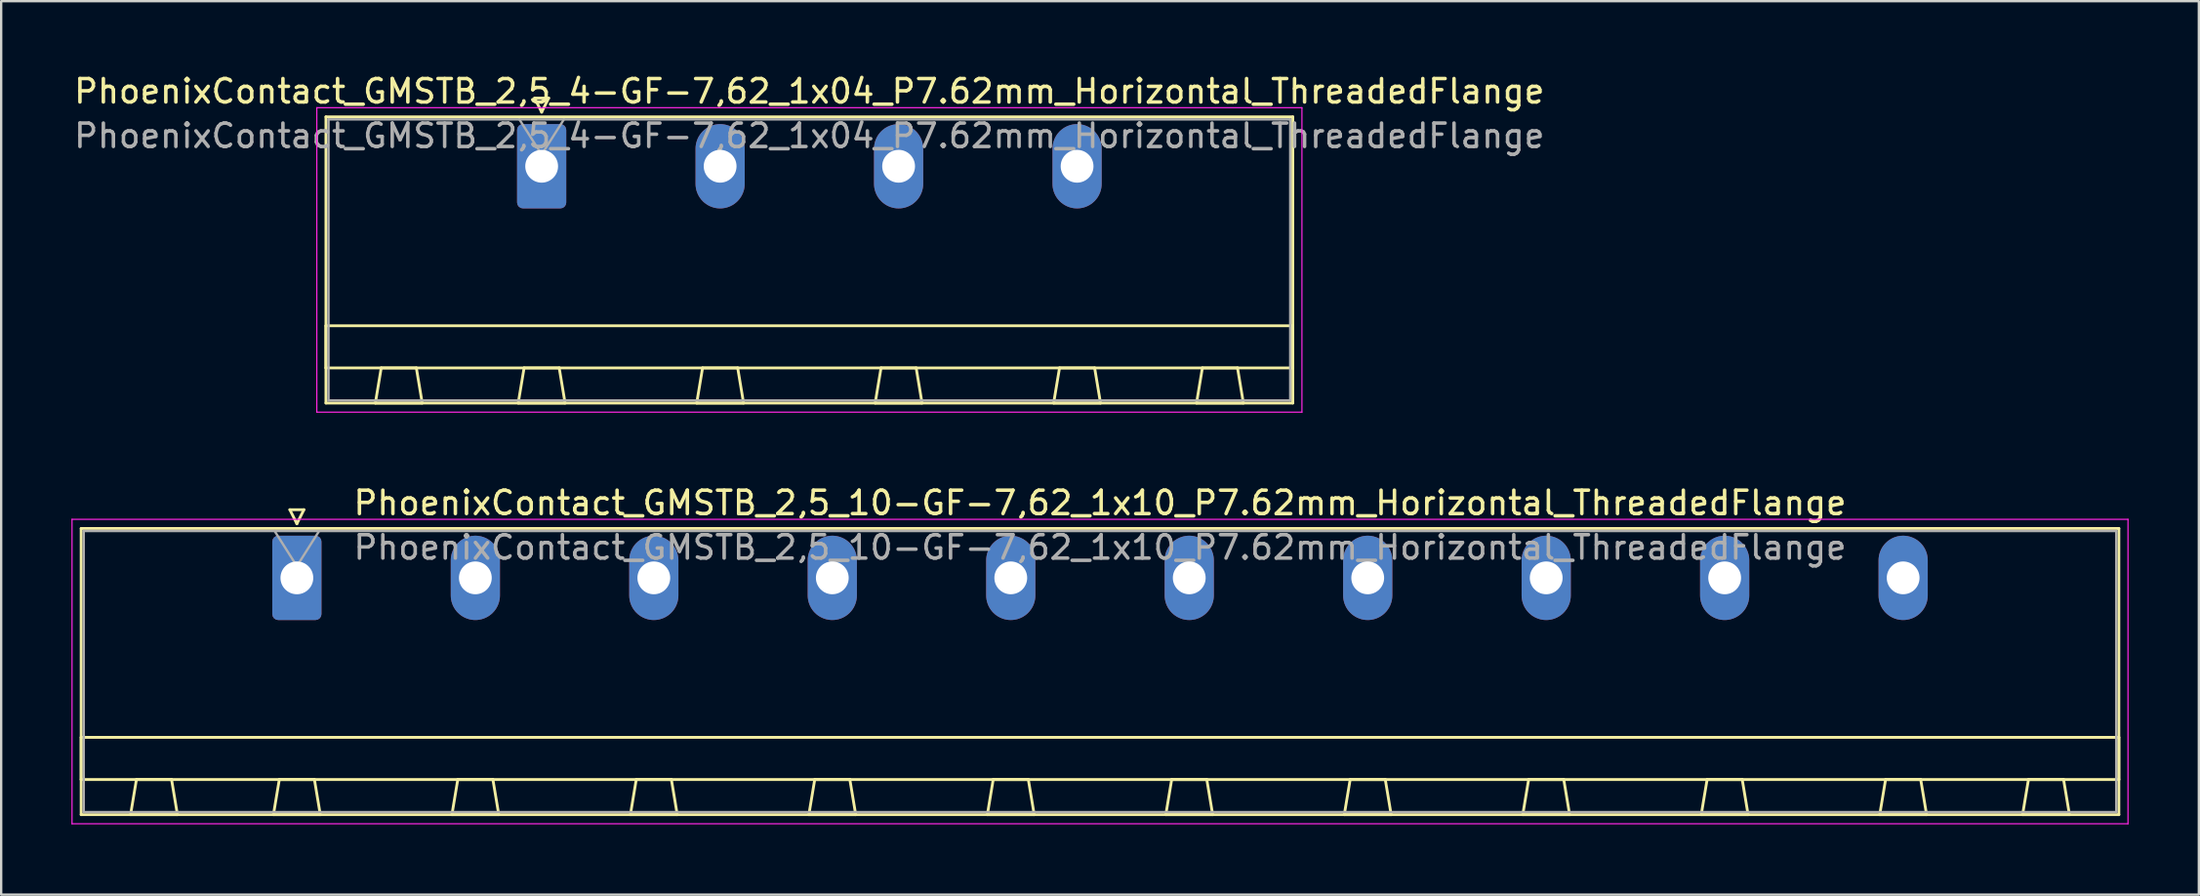
<source format=kicad_pcb>
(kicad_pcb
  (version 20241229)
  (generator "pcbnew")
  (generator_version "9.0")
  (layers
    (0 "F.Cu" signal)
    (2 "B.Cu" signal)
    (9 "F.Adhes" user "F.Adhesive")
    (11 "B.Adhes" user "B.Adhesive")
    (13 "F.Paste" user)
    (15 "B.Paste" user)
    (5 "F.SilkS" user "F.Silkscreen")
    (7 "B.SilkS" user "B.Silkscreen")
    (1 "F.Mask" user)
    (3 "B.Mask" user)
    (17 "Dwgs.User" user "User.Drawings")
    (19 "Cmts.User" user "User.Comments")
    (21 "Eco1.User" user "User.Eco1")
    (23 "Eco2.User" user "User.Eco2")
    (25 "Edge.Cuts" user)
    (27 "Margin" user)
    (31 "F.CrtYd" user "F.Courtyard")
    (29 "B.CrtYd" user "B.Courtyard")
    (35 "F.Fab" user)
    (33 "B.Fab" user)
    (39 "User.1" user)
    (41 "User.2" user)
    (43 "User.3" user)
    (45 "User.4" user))
  (footprint "PhoenixContact_GMSTB_2,5_10-GF-7,62_1x10_P7.62mm_Horizontal_ThreadedFlange"
    (layer "F.Cu")
    (at 9.625 21.622)
    (property "Reference" "PhoenixContact_GMSTB_2,5_10-GF-7,62_1x10_P7.62mm_Horizontal_ThreadedFlange" (at 34.29 -3.2 0) (layer "F.SilkS") (effects (font (size 1 1) (thickness 0.15))))
    (attr through_hole)
    (fp_line (start -9.21 -2.11) (end -9.21 10.11) (stroke (width 0.12) (type solid)) (layer "F.SilkS"))
    (fp_line (start -9.21 6.81) (end 77.79 6.81) (stroke (width 0.12) (type solid)) (layer "F.SilkS"))
    (fp_line (start -9.21 8.61) (end -9.21 6.81) (stroke (width 0.12) (type solid)) (layer "F.SilkS"))
    (fp_line (start -9.21 10.11) (end 77.79 10.11) (stroke (width 0.12) (type solid)) (layer "F.SilkS"))
    (fp_line (start -7.1 10.11) (end -5.1 10.11) (stroke (width 0.12) (type solid)) (layer "F.SilkS"))
    (fp_line (start -6.85 8.61) (end -7.1 10.11) (stroke (width 0.12) (type solid)) (layer "F.SilkS"))
    (fp_line (start -5.35 8.61) (end -6.85 8.61) (stroke (width 0.12) (type solid)) (layer "F.SilkS"))
    (fp_line (start -5.1 10.11) (end -5.35 8.61) (stroke (width 0.12) (type solid)) (layer "F.SilkS"))
    (fp_line (start -1 10.11) (end 1 10.11) (stroke (width 0.12) (type solid)) (layer "F.SilkS"))
    (fp_line (start -0.75 8.61) (end -1 10.11) (stroke (width 0.12) (type solid)) (layer "F.SilkS"))
    (fp_line (start -0.3 -2.91) (end 0.3 -2.91) (stroke (width 0.12) (type solid)) (layer "F.SilkS"))
    (fp_line (start 0 -2.31) (end -0.3 -2.91) (stroke (width 0.12) (type solid)) (layer "F.SilkS"))
    (fp_line (start 0.3 -2.91) (end 0 -2.31) (stroke (width 0.12) (type solid)) (layer "F.SilkS"))
    (fp_line (start 0.75 8.61) (end -0.75 8.61) (stroke (width 0.12) (type solid)) (layer "F.SilkS"))
    (fp_line (start 1 10.11) (end 0.75 8.61) (stroke (width 0.12) (type solid)) (layer "F.SilkS"))
    (fp_line (start 6.62 10.11) (end 8.62 10.11) (stroke (width 0.12) (type solid)) (layer "F.SilkS"))
    (fp_line (start 6.87 8.61) (end 6.62 10.11) (stroke (width 0.12) (type solid)) (layer "F.SilkS"))
    (fp_line (start 8.37 8.61) (end 6.87 8.61) (stroke (width 0.12) (type solid)) (layer "F.SilkS"))
    (fp_line (start 8.62 10.11) (end 8.37 8.61) (stroke (width 0.12) (type solid)) (layer "F.SilkS"))
    (fp_line (start 14.24 10.11) (end 16.24 10.11) (stroke (width 0.12) (type solid)) (layer "F.SilkS"))
    (fp_line (start 14.49 8.61) (end 14.24 10.11) (stroke (width 0.12) (type solid)) (layer "F.SilkS"))
    (fp_line (start 15.99 8.61) (end 14.49 8.61) (stroke (width 0.12) (type solid)) (layer "F.SilkS"))
    (fp_line (start 16.24 10.11) (end 15.99 8.61) (stroke (width 0.12) (type solid)) (layer "F.SilkS"))
    (fp_line (start 21.86 10.11) (end 23.86 10.11) (stroke (width 0.12) (type solid)) (layer "F.SilkS"))
    (fp_line (start 22.11 8.61) (end 21.86 10.11) (stroke (width 0.12) (type solid)) (layer "F.SilkS"))
    (fp_line (start 23.61 8.61) (end 22.11 8.61) (stroke (width 0.12) (type solid)) (layer "F.SilkS"))
    (fp_line (start 23.86 10.11) (end 23.61 8.61) (stroke (width 0.12) (type solid)) (layer "F.SilkS"))
    (fp_line (start 29.48 10.11) (end 31.48 10.11) (stroke (width 0.12) (type solid)) (layer "F.SilkS"))
    (fp_line (start 29.73 8.61) (end 29.48 10.11) (stroke (width 0.12) (type solid)) (layer "F.SilkS"))
    (fp_line (start 31.23 8.61) (end 29.73 8.61) (stroke (width 0.12) (type solid)) (layer "F.SilkS"))
    (fp_line (start 31.48 10.11) (end 31.23 8.61) (stroke (width 0.12) (type solid)) (layer "F.SilkS"))
    (fp_line (start 37.1 10.11) (end 39.1 10.11) (stroke (width 0.12) (type solid)) (layer "F.SilkS"))
    (fp_line (start 37.35 8.61) (end 37.1 10.11) (stroke (width 0.12) (type solid)) (layer "F.SilkS"))
    (fp_line (start 38.85 8.61) (end 37.35 8.61) (stroke (width 0.12) (type solid)) (layer "F.SilkS"))
    (fp_line (start 39.1 10.11) (end 38.85 8.61) (stroke (width 0.12) (type solid)) (layer "F.SilkS"))
    (fp_line (start 44.72 10.11) (end 46.72 10.11) (stroke (width 0.12) (type solid)) (layer "F.SilkS"))
    (fp_line (start 44.97 8.61) (end 44.72 10.11) (stroke (width 0.12) (type solid)) (layer "F.SilkS"))
    (fp_line (start 46.47 8.61) (end 44.97 8.61) (stroke (width 0.12) (type solid)) (layer "F.SilkS"))
    (fp_line (start 46.72 10.11) (end 46.47 8.61) (stroke (width 0.12) (type solid)) (layer "F.SilkS"))
    (fp_line (start 52.34 10.11) (end 54.34 10.11) (stroke (width 0.12) (type solid)) (layer "F.SilkS"))
    (fp_line (start 52.59 8.61) (end 52.34 10.11) (stroke (width 0.12) (type solid)) (layer "F.SilkS"))
    (fp_line (start 54.09 8.61) (end 52.59 8.61) (stroke (width 0.12) (type solid)) (layer "F.SilkS"))
    (fp_line (start 54.34 10.11) (end 54.09 8.61) (stroke (width 0.12) (type solid)) (layer "F.SilkS"))
    (fp_line (start 59.96 10.11) (end 61.96 10.11) (stroke (width 0.12) (type solid)) (layer "F.SilkS"))
    (fp_line (start 60.21 8.61) (end 59.96 10.11) (stroke (width 0.12) (type solid)) (layer "F.SilkS"))
    (fp_line (start 61.71 8.61) (end 60.21 8.61) (stroke (width 0.12) (type solid)) (layer "F.SilkS"))
    (fp_line (start 61.96 10.11) (end 61.71 8.61) (stroke (width 0.12) (type solid)) (layer "F.SilkS"))
    (fp_line (start 67.58 10.11) (end 69.58 10.11) (stroke (width 0.12) (type solid)) (layer "F.SilkS"))
    (fp_line (start 67.83 8.61) (end 67.58 10.11) (stroke (width 0.12) (type solid)) (layer "F.SilkS"))
    (fp_line (start 69.33 8.61) (end 67.83 8.61) (stroke (width 0.12) (type solid)) (layer "F.SilkS"))
    (fp_line (start 69.58 10.11) (end 69.33 8.61) (stroke (width 0.12) (type solid)) (layer "F.SilkS"))
    (fp_line (start 73.68 10.11) (end 75.68 10.11) (stroke (width 0.12) (type solid)) (layer "F.SilkS"))
    (fp_line (start 73.93 8.61) (end 73.68 10.11) (stroke (width 0.12) (type solid)) (layer "F.SilkS"))
    (fp_line (start 75.43 8.61) (end 73.93 8.61) (stroke (width 0.12) (type solid)) (layer "F.SilkS"))
    (fp_line (start 75.68 10.11) (end 75.43 8.61) (stroke (width 0.12) (type solid)) (layer "F.SilkS"))
    (fp_line (start 77.79 -2.11) (end -9.21 -2.11) (stroke (width 0.12) (type solid)) (layer "F.SilkS"))
    (fp_line (start 77.79 6.81) (end 77.79 8.61) (stroke (width 0.12) (type solid)) (layer "F.SilkS"))
    (fp_line (start 77.79 8.61) (end -9.21 8.61) (stroke (width 0.12) (type solid)) (layer "F.SilkS"))
    (fp_line (start 77.79 10.11) (end 77.79 -2.11) (stroke (width 0.12) (type solid)) (layer "F.SilkS"))
    (fp_line (start -9.6 -2.5) (end -9.6 10.5) (stroke (width 0.05) (type solid)) (layer "F.CrtYd"))
    (fp_line (start -9.6 10.5) (end 78.18 10.5) (stroke (width 0.05) (type solid)) (layer "F.CrtYd"))
    (fp_line (start 78.18 -2.5) (end -9.6 -2.5) (stroke (width 0.05) (type solid)) (layer "F.CrtYd"))
    (fp_line (start 78.18 10.5) (end 78.18 -2.5) (stroke (width 0.05) (type solid)) (layer "F.CrtYd"))
    (fp_line (start -9.1 -2) (end -9.1 10) (stroke (width 0.1) (type solid)) (layer "F.Fab"))
    (fp_line (start -9.1 10) (end 77.68 10) (stroke (width 0.1) (type solid)) (layer "F.Fab"))
    (fp_line (start 0 -0.5) (end -0.95 -2) (stroke (width 0.1) (type solid)) (layer "F.Fab"))
    (fp_line (start 0.95 -2) (end 0 -0.5) (stroke (width 0.1) (type solid)) (layer "F.Fab"))
    (fp_line (start 77.68 -2) (end -9.1 -2) (stroke (width 0.1) (type solid)) (layer "F.Fab"))
    (fp_line (start 77.68 10) (end 77.68 -2) (stroke (width 0.1) (type solid)) (layer "F.Fab"))
    (fp_text user "${REFERENCE}" (at 34.29 -1.3 0) (layer "F.Fab") (effects (font (size 1 1) (thickness 0.15))))
    (pad "1" thru_hole roundrect (at 0 0) (size 2.1 3.6) (drill 1.4) (layers "*.Cu" "*.Mask") (roundrect_rratio 0.119))
    (pad "2" thru_hole oval (at 7.62 0) (size 2.1 3.6) (drill 1.4) (layers "*.Cu" "*.Mask"))
    (pad "3" thru_hole oval (at 15.24 0) (size 2.1 3.6) (drill 1.4) (layers "*.Cu" "*.Mask"))
    (pad "4" thru_hole oval (at 22.86 0) (size 2.1 3.6) (drill 1.4) (layers "*.Cu" "*.Mask"))
    (pad "5" thru_hole oval (at 30.48 0) (size 2.1 3.6) (drill 1.4) (layers "*.Cu" "*.Mask"))
    (pad "6" thru_hole oval (at 38.1 0) (size 2.1 3.6) (drill 1.4) (layers "*.Cu" "*.Mask"))
    (pad "7" thru_hole oval (at 45.72 0) (size 2.1 3.6) (drill 1.4) (layers "*.Cu" "*.Mask"))
    (pad "8" thru_hole oval (at 53.34 0) (size 2.1 3.6) (drill 1.4) (layers "*.Cu" "*.Mask"))
    (pad "9" thru_hole oval (at 60.96 0) (size 2.1 3.6) (drill 1.4) (layers "*.Cu" "*.Mask"))
    (pad "10" thru_hole oval (at 68.58 0) (size 2.1 3.6) (drill 1.4) (layers "*.Cu" "*.Mask")))
  (footprint "PhoenixContact_GMSTB_2,5_4-GF-7,62_1x04_P7.62mm_Horizontal_ThreadedFlange"
    (layer "F.Cu")
    (at 20.076 4.048)
    (property "Reference" "PhoenixContact_GMSTB_2,5_4-GF-7,62_1x04_P7.62mm_Horizontal_ThreadedFlange" (at 11.43 -3.2 0) (layer "F.SilkS") (effects (font (size 1 1) (thickness 0.15))))
    (attr through_hole)
    (fp_line (start -9.21 -2.11) (end -9.21 10.11) (stroke (width 0.12) (type solid)) (layer "F.SilkS"))
    (fp_line (start -9.21 6.81) (end 32.07 6.81) (stroke (width 0.12) (type solid)) (layer "F.SilkS"))
    (fp_line (start -9.21 8.61) (end -9.21 6.81) (stroke (width 0.12) (type solid)) (layer "F.SilkS"))
    (fp_line (start -9.21 10.11) (end 32.07 10.11) (stroke (width 0.12) (type solid)) (layer "F.SilkS"))
    (fp_line (start -7.1 10.11) (end -5.1 10.11) (stroke (width 0.12) (type solid)) (layer "F.SilkS"))
    (fp_line (start -6.85 8.61) (end -7.1 10.11) (stroke (width 0.12) (type solid)) (layer "F.SilkS"))
    (fp_line (start -5.35 8.61) (end -6.85 8.61) (stroke (width 0.12) (type solid)) (layer "F.SilkS"))
    (fp_line (start -5.1 10.11) (end -5.35 8.61) (stroke (width 0.12) (type solid)) (layer "F.SilkS"))
    (fp_line (start -1 10.11) (end 1 10.11) (stroke (width 0.12) (type solid)) (layer "F.SilkS"))
    (fp_line (start -0.75 8.61) (end -1 10.11) (stroke (width 0.12) (type solid)) (layer "F.SilkS"))
    (fp_line (start -0.3 -2.91) (end 0.3 -2.91) (stroke (width 0.12) (type solid)) (layer "F.SilkS"))
    (fp_line (start 0 -2.31) (end -0.3 -2.91) (stroke (width 0.12) (type solid)) (layer "F.SilkS"))
    (fp_line (start 0.3 -2.91) (end 0 -2.31) (stroke (width 0.12) (type solid)) (layer "F.SilkS"))
    (fp_line (start 0.75 8.61) (end -0.75 8.61) (stroke (width 0.12) (type solid)) (layer "F.SilkS"))
    (fp_line (start 1 10.11) (end 0.75 8.61) (stroke (width 0.12) (type solid)) (layer "F.SilkS"))
    (fp_line (start 6.62 10.11) (end 8.62 10.11) (stroke (width 0.12) (type solid)) (layer "F.SilkS"))
    (fp_line (start 6.87 8.61) (end 6.62 10.11) (stroke (width 0.12) (type solid)) (layer "F.SilkS"))
    (fp_line (start 8.37 8.61) (end 6.87 8.61) (stroke (width 0.12) (type solid)) (layer "F.SilkS"))
    (fp_line (start 8.62 10.11) (end 8.37 8.61) (stroke (width 0.12) (type solid)) (layer "F.SilkS"))
    (fp_line (start 14.24 10.11) (end 16.24 10.11) (stroke (width 0.12) (type solid)) (layer "F.SilkS"))
    (fp_line (start 14.49 8.61) (end 14.24 10.11) (stroke (width 0.12) (type solid)) (layer "F.SilkS"))
    (fp_line (start 15.99 8.61) (end 14.49 8.61) (stroke (width 0.12) (type solid)) (layer "F.SilkS"))
    (fp_line (start 16.24 10.11) (end 15.99 8.61) (stroke (width 0.12) (type solid)) (layer "F.SilkS"))
    (fp_line (start 21.86 10.11) (end 23.86 10.11) (stroke (width 0.12) (type solid)) (layer "F.SilkS"))
    (fp_line (start 22.11 8.61) (end 21.86 10.11) (stroke (width 0.12) (type solid)) (layer "F.SilkS"))
    (fp_line (start 23.61 8.61) (end 22.11 8.61) (stroke (width 0.12) (type solid)) (layer "F.SilkS"))
    (fp_line (start 23.86 10.11) (end 23.61 8.61) (stroke (width 0.12) (type solid)) (layer "F.SilkS"))
    (fp_line (start 27.96 10.11) (end 29.96 10.11) (stroke (width 0.12) (type solid)) (layer "F.SilkS"))
    (fp_line (start 28.21 8.61) (end 27.96 10.11) (stroke (width 0.12) (type solid)) (layer "F.SilkS"))
    (fp_line (start 29.71 8.61) (end 28.21 8.61) (stroke (width 0.12) (type solid)) (layer "F.SilkS"))
    (fp_line (start 29.96 10.11) (end 29.71 8.61) (stroke (width 0.12) (type solid)) (layer "F.SilkS"))
    (fp_line (start 32.07 -2.11) (end -9.21 -2.11) (stroke (width 0.12) (type solid)) (layer "F.SilkS"))
    (fp_line (start 32.07 6.81) (end 32.07 8.61) (stroke (width 0.12) (type solid)) (layer "F.SilkS"))
    (fp_line (start 32.07 8.61) (end -9.21 8.61) (stroke (width 0.12) (type solid)) (layer "F.SilkS"))
    (fp_line (start 32.07 10.11) (end 32.07 -2.11) (stroke (width 0.12) (type solid)) (layer "F.SilkS"))
    (fp_line (start -9.6 -2.5) (end -9.6 10.5) (stroke (width 0.05) (type solid)) (layer "F.CrtYd"))
    (fp_line (start -9.6 10.5) (end 32.46 10.5) (stroke (width 0.05) (type solid)) (layer "F.CrtYd"))
    (fp_line (start 32.46 -2.5) (end -9.6 -2.5) (stroke (width 0.05) (type solid)) (layer "F.CrtYd"))
    (fp_line (start 32.46 10.5) (end 32.46 -2.5) (stroke (width 0.05) (type solid)) (layer "F.CrtYd"))
    (fp_line (start -9.1 -2) (end -9.1 10) (stroke (width 0.1) (type solid)) (layer "F.Fab"))
    (fp_line (start -9.1 10) (end 31.96 10) (stroke (width 0.1) (type solid)) (layer "F.Fab"))
    (fp_line (start 0 -0.5) (end -0.95 -2) (stroke (width 0.1) (type solid)) (layer "F.Fab"))
    (fp_line (start 0.95 -2) (end 0 -0.5) (stroke (width 0.1) (type solid)) (layer "F.Fab"))
    (fp_line (start 31.96 -2) (end -9.1 -2) (stroke (width 0.1) (type solid)) (layer "F.Fab"))
    (fp_line (start 31.96 10) (end 31.96 -2) (stroke (width 0.1) (type solid)) (layer "F.Fab"))
    (fp_text user "${REFERENCE}" (at 11.43 -1.3 0) (layer "F.Fab") (effects (font (size 1 1) (thickness 0.15))))
    (pad "1" thru_hole roundrect (at 0 0) (size 2.1 3.6) (drill 1.4) (layers "*.Cu" "*.Mask") (roundrect_rratio 0.119))
    (pad "2" thru_hole oval (at 7.62 0) (size 2.1 3.6) (drill 1.4) (layers "*.Cu" "*.Mask"))
    (pad "3" thru_hole oval (at 15.24 0) (size 2.1 3.6) (drill 1.4) (layers "*.Cu" "*.Mask"))
    (pad "4" thru_hole oval (at 22.86 0) (size 2.1 3.6) (drill 1.4) (layers "*.Cu" "*.Mask")))
  (gr_rect
    (start -3 -3)
    (end 90.83 35.147)
    (stroke (width 0.1) (type default))
    (fill no)
    (layer "Edge.Cuts")))
</source>
